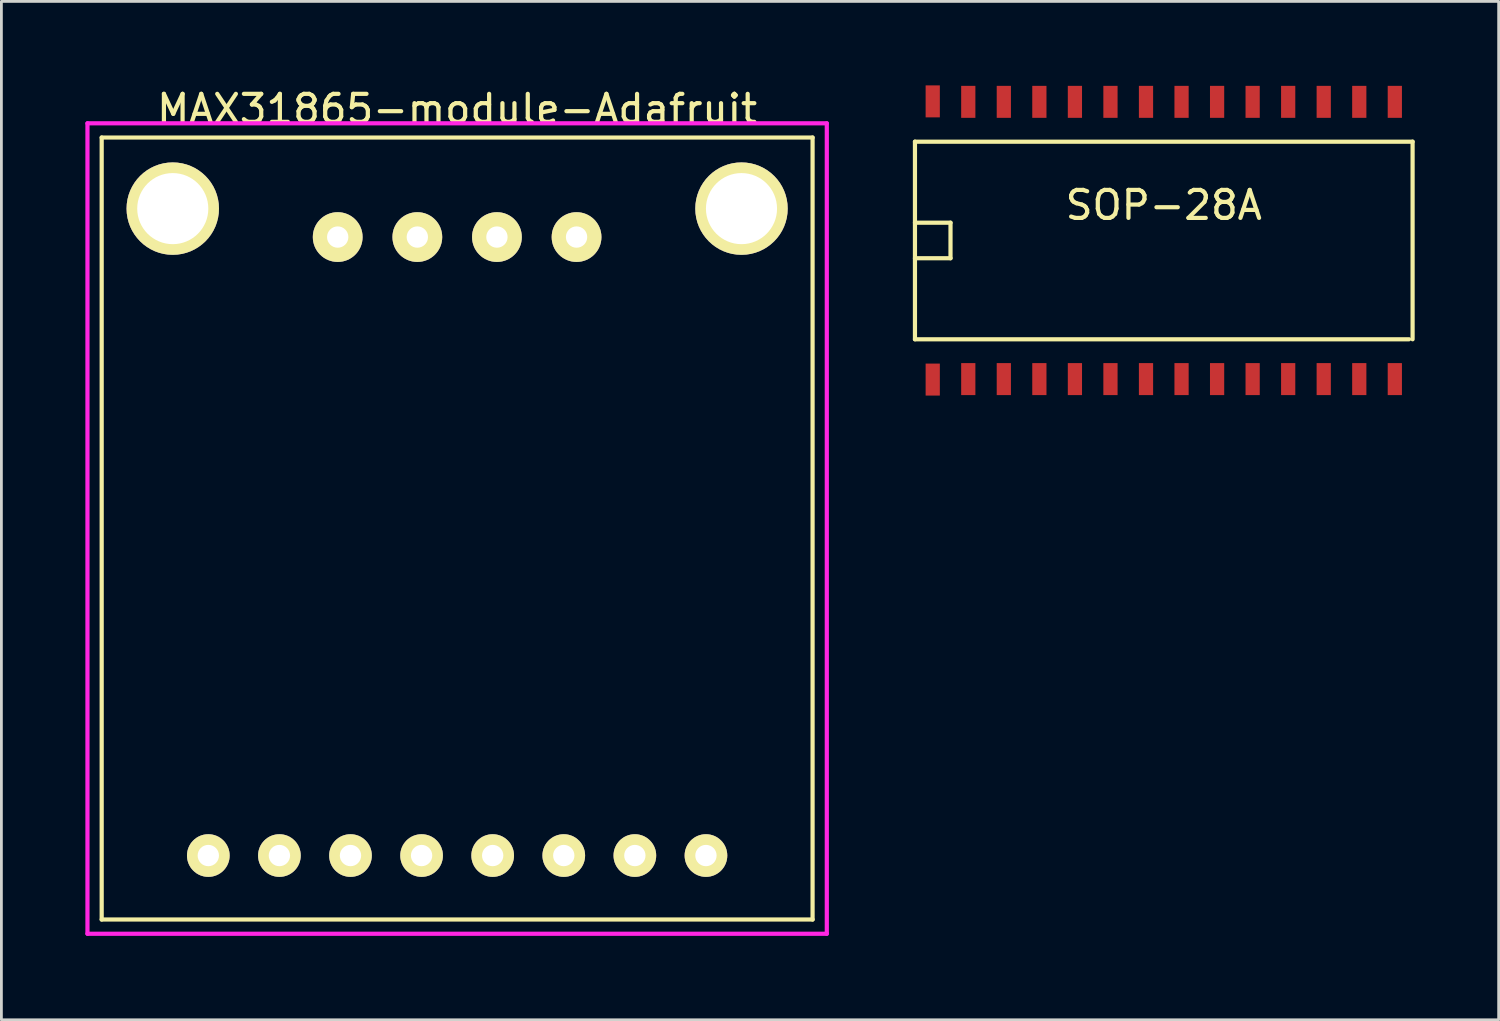
<source format=kicad_pcb>
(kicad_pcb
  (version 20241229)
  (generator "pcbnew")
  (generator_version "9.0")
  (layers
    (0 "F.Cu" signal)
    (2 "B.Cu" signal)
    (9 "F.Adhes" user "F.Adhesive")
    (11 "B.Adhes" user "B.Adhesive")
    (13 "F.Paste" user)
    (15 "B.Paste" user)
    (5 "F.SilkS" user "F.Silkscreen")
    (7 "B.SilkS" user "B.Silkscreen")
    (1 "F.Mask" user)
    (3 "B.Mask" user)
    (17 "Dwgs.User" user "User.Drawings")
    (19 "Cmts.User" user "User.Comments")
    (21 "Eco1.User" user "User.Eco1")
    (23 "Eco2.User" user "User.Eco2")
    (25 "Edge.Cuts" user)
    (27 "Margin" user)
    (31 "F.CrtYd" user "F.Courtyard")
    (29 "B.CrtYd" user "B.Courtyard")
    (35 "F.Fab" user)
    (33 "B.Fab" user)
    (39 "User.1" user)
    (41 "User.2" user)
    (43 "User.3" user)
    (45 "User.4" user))
  (footprint "SOP-28A"
    (layer "F.Cu")
    (at 38.531 5.542)
    (property "Reference" "SOP-28A" (at 0 -1.262 0) (layer "F.SilkS") (effects (font (size 1 1) (thickness 0.15))))
    (attr smd)
    (fp_line (start -8.89 -3.53) (end -8.89 3.53) (stroke (width 0.15) (type solid)) (layer "F.SilkS"))
    (fp_line (start -8.89 -3.53) (end 8.89 -3.53) (stroke (width 0.15) (type solid)) (layer "F.SilkS"))
    (fp_line (start -8.89 -0.635) (end -7.62 -0.635) (stroke (width 0.15) (type solid)) (layer "F.SilkS"))
    (fp_line (start -7.62 -0.635) (end -7.62 0.635) (stroke (width 0.15) (type solid)) (layer "F.SilkS"))
    (fp_line (start -7.62 0.635) (end -8.89 0.635) (stroke (width 0.15) (type solid)) (layer "F.SilkS"))
    (fp_line (start 8.763 3.53) (end -8.89 3.53) (stroke (width 0.15) (type solid)) (layer "F.SilkS"))
    (fp_line (start 8.89 3.53) (end 8.89 -3.53) (stroke (width 0.15) (type solid)) (layer "F.SilkS"))
    (pad "1" smd rect (at -8.255 4.97) (size 0.508 1.143) (layers "F.Cu" "F.Mask" "F.Paste"))
    (pad "2" smd rect (at -6.985 4.953) (size 0.508 1.143) (layers "F.Cu" "F.Mask" "F.Paste"))
    (pad "3" smd rect (at -5.715 4.953) (size 0.508 1.143) (layers "F.Cu" "F.Mask" "F.Paste"))
    (pad "4" smd rect (at -4.445 4.953) (size 0.508 1.143) (layers "F.Cu" "F.Mask" "F.Paste"))
    (pad "5" smd rect (at -3.175 4.953) (size 0.508 1.143) (layers "F.Cu" "F.Mask" "F.Paste"))
    (pad "6" smd rect (at -1.905 4.953) (size 0.508 1.143) (layers "F.Cu" "F.Mask" "F.Paste"))
    (pad "7" smd rect (at -0.635 4.953) (size 0.508 1.143) (layers "F.Cu" "F.Mask" "F.Paste"))
    (pad "8" smd rect (at 0.635 4.953) (size 0.508 1.143) (layers "F.Cu" "F.Mask" "F.Paste"))
    (pad "9" smd rect (at 1.905 4.953) (size 0.508 1.143) (layers "F.Cu" "F.Mask" "F.Paste"))
    (pad "10" smd rect (at 3.175 4.953) (size 0.508 1.143) (layers "F.Cu" "F.Mask" "F.Paste"))
    (pad "11" smd rect (at 4.445 4.953) (size 0.508 1.143) (layers "F.Cu" "F.Mask" "F.Paste"))
    (pad "12" smd rect (at 5.715 4.953) (size 0.508 1.143) (layers "F.Cu" "F.Mask" "F.Paste"))
    (pad "13" smd rect (at 6.985 4.953) (size 0.508 1.143) (layers "F.Cu" "F.Mask" "F.Paste"))
    (pad "14" smd rect (at 8.255 4.953) (size 0.508 1.143) (layers "F.Cu" "F.Mask" "F.Paste"))
    (pad "15" smd rect (at 8.255 -4.953) (size 0.508 1.143) (layers "F.Cu" "F.Mask" "F.Paste"))
    (pad "16" smd rect (at 6.985 -4.953) (size 0.508 1.143) (layers "F.Cu" "F.Mask" "F.Paste"))
    (pad "17" smd rect (at 5.715 -4.953) (size 0.508 1.143) (layers "F.Cu" "F.Mask" "F.Paste"))
    (pad "18" smd rect (at 4.445 -4.953) (size 0.508 1.143) (layers "F.Cu" "F.Mask" "F.Paste"))
    (pad "19" smd rect (at 3.175 -4.953) (size 0.508 1.143) (layers "F.Cu" "F.Mask" "F.Paste"))
    (pad "20" smd rect (at 1.905 -4.953) (size 0.508 1.143) (layers "F.Cu" "F.Mask" "F.Paste"))
    (pad "21" smd rect (at 0.635 -4.953) (size 0.508 1.143) (layers "F.Cu" "F.Mask" "F.Paste"))
    (pad "22" smd rect (at -0.635 -4.953) (size 0.508 1.143) (layers "F.Cu" "F.Mask" "F.Paste"))
    (pad "23" smd rect (at -1.905 -4.953) (size 0.508 1.143) (layers "F.Cu" "F.Mask" "F.Paste"))
    (pad "24" smd rect (at -3.175 -4.953) (size 0.508 1.143) (layers "F.Cu" "F.Mask" "F.Paste"))
    (pad "25" smd rect (at -4.445 -4.953) (size 0.508 1.143) (layers "F.Cu" "F.Mask" "F.Paste"))
    (pad "26" smd rect (at -5.715 -4.953) (size 0.508 1.143) (layers "F.Cu" "F.Mask" "F.Paste"))
    (pad "27" smd rect (at -6.985 -4.953) (size 0.508 1.143) (layers "F.Cu" "F.Mask" "F.Paste"))
    (pad "28" smd rect (at -8.255 -4.97) (size 0.508 1.143) (layers "F.Cu" "F.Mask" "F.Paste")))
  (footprint "MAX31865-module-Adafruit"
    (layer "F.Cu")
    (at 13.283 17.104)
    (property "Reference" "MAX31865-module-Adafruit" (at 0 -16.256 0) (layer "F.SilkS") (effects (font (size 1 1) (thickness 0.15))))
    (attr through_hole)
    (fp_line (start -12.7 -15.24) (end 12.7 -15.24) (stroke (width 0.15) (type solid)) (layer "F.SilkS"))
    (fp_line (start -12.7 12.7) (end -12.7 -15.24) (stroke (width 0.15) (type solid)) (layer "F.SilkS"))
    (fp_line (start 12.7 -15.24) (end 12.7 12.7) (stroke (width 0.15) (type solid)) (layer "F.SilkS"))
    (fp_line (start 12.7 12.7) (end -12.7 12.7) (stroke (width 0.15) (type solid)) (layer "F.SilkS"))
    (fp_line (start -13.208 -15.748) (end 13.208 -15.748) (stroke (width 0.15) (type solid)) (layer "F.CrtYd"))
    (fp_line (start -13.208 13.208) (end -13.208 -15.748) (stroke (width 0.15) (type solid)) (layer "F.CrtYd"))
    (fp_line (start 13.208 -15.748) (end 13.208 13.208) (stroke (width 0.15) (type solid)) (layer "F.CrtYd"))
    (fp_line (start 13.208 13.208) (end -13.208 13.208) (stroke (width 0.15) (type solid)) (layer "F.CrtYd"))
    (pad "" thru_hole circle (at -10.16 -12.7) (size 3.302 3.302) (drill 2.54) (layers "*.Cu" "*.Mask" "F.SilkS"))
    (pad "" thru_hole circle (at 10.16 -12.7) (size 3.302 3.302) (drill 2.54) (layers "*.Cu" "*.Mask" "F.SilkS"))
    (pad "1" thru_hole circle (at -8.89 10.414) (size 1.524 1.524) (drill 0.762) (layers "*.Cu" "*.Mask" "F.SilkS"))
    (pad "2" thru_hole circle (at -6.35 10.414) (size 1.524 1.524) (drill 0.762) (layers "*.Cu" "*.Mask" "F.SilkS"))
    (pad "3" thru_hole circle (at -3.81 10.414) (size 1.524 1.524) (drill 0.762) (layers "*.Cu" "*.Mask" "F.SilkS"))
    (pad "4" thru_hole circle (at -1.27 10.414) (size 1.524 1.524) (drill 0.762) (layers "*.Cu" "*.Mask" "F.SilkS"))
    (pad "5" thru_hole circle (at 1.27 10.414) (size 1.524 1.524) (drill 0.762) (layers "*.Cu" "*.Mask" "F.SilkS"))
    (pad "6" thru_hole circle (at 3.81 10.414) (size 1.524 1.524) (drill 0.762) (layers "*.Cu" "*.Mask" "F.SilkS"))
    (pad "7" thru_hole circle (at 6.35 10.414) (size 1.524 1.524) (drill 0.762) (layers "*.Cu" "*.Mask" "F.SilkS"))
    (pad "8" thru_hole circle (at 8.89 10.414) (size 1.524 1.524) (drill 0.762) (layers "*.Cu" "*.Mask" "F.SilkS"))
    (pad "9" thru_hole circle (at -4.267 -11.684) (size 1.778 1.778) (drill 0.762) (layers "*.Cu" "*.Mask" "F.SilkS"))
    (pad "10" thru_hole circle (at -1.422 -11.684) (size 1.778 1.778) (drill 0.762) (layers "*.Cu" "*.Mask" "F.SilkS"))
    (pad "11" thru_hole circle (at 1.422 -11.684) (size 1.778 1.778) (drill 0.762) (layers "*.Cu" "*.Mask" "F.SilkS"))
    (pad "12" thru_hole circle (at 4.267 -11.684) (size 1.778 1.778) (drill 0.762) (layers "*.Cu" "*.Mask" "F.SilkS")))
  (gr_rect
    (start -3 -3)
    (end 50.496 33.387)
    (stroke (width 0.1) (type default))
    (fill no)
    (layer "Edge.Cuts")))
</source>
